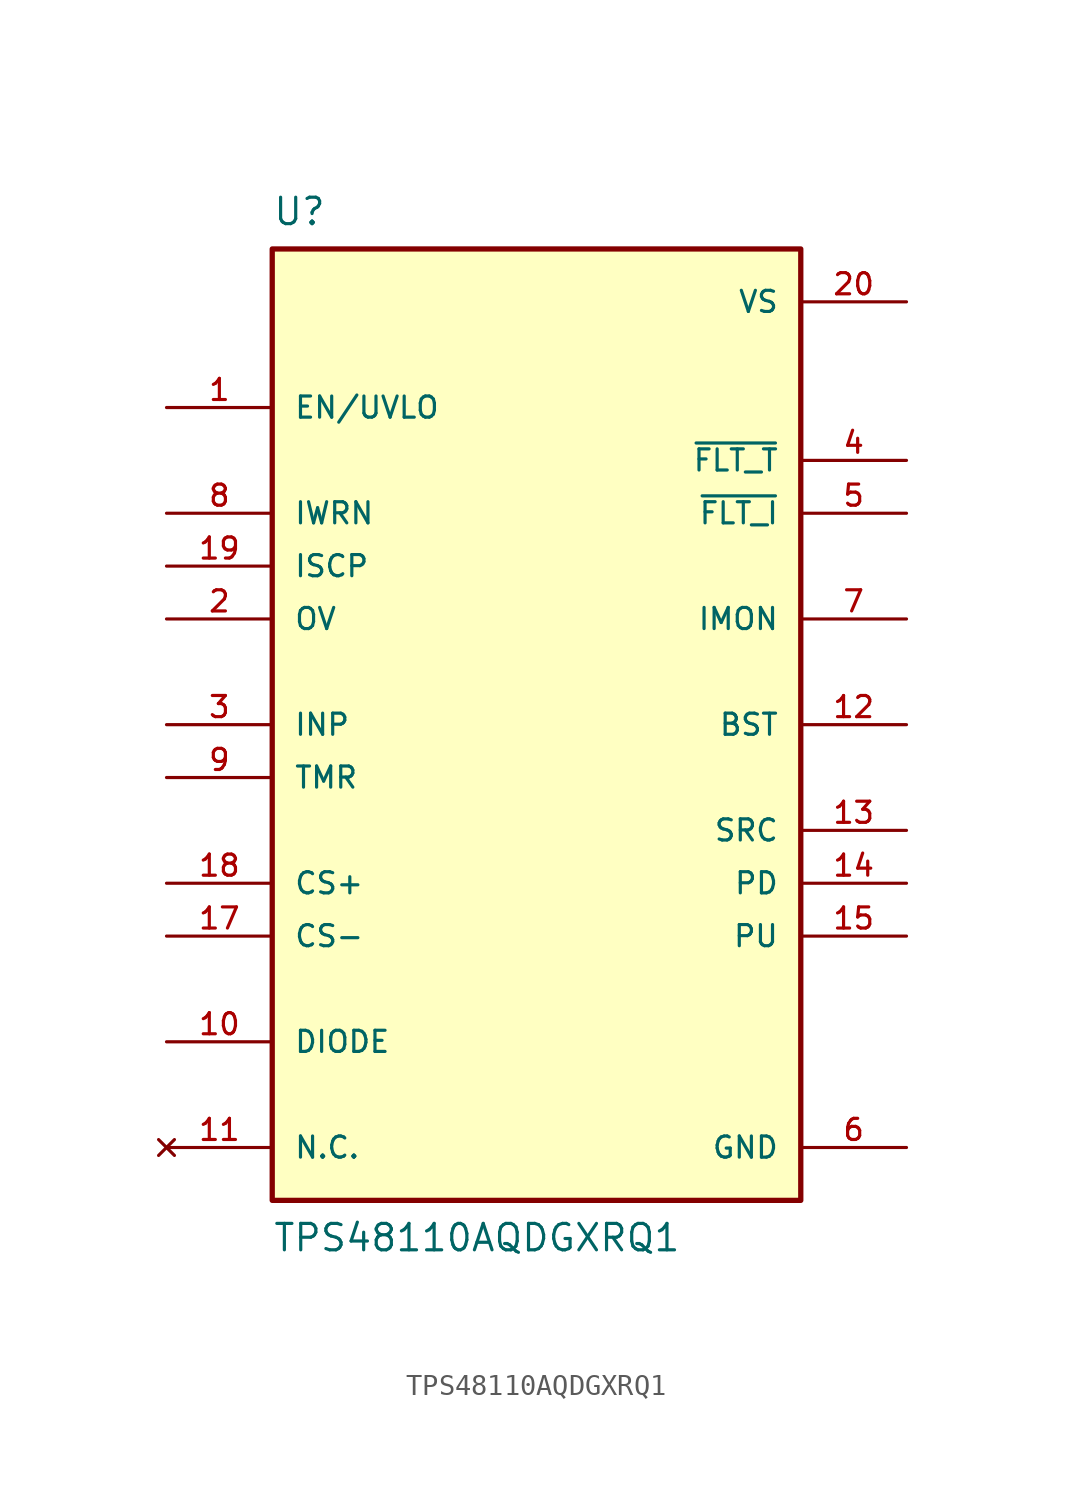
<source format=kicad_sym>
(kicad_symbol_lib
  (version 20211014)
  (generator kicad_symbol_editor)
  (symbol "TPS48110AQDGXRQ1"
    (pin_names
      (offset 1.016))
    (property "Reference" "U"
      (at -12.7 25.4 0)
      (effects (font (size 1.27 1.27)) (justify top left)))
    (property "Value" "TPS48110AQDGXRQ1"
      (at -12.7 -25.4 0)
      (effects (font (size 1.27 1.27)) (justify bottom left)))
    (symbol "TPS48110AQDGXRQ1_0_0"
      (rectangle (start -12.7 -22.86) (end 12.7 22.86) (stroke (width 0.254)) (fill (type background)))
      (pin input line (at -17.78 15.24 0) (length 5.08) (name "EN/UVLO" (effects (font (size 1.016 1.016)))) (number "1" (effects (font (size 1.016 1.016)))))
      (pin input line (at -17.78 5.08 0) (length 5.08) (name "OV" (effects (font (size 1.016 1.016)))) (number "2" (effects (font (size 1.016 1.016)))))
      (pin input line (at -17.78 0.0 0) (length 5.08) (name "INP" (effects (font (size 1.016 1.016)))) (number "3" (effects (font (size 1.016 1.016)))))
      (pin output line (at 17.78 12.7 180.0) (length 5.08) (name "~{FLT_T}" (effects (font (size 1.016 1.016)))) (number "4" (effects (font (size 1.016 1.016)))))
      (pin output line (at 17.78 10.16 180.0) (length 5.08) (name "~{FLT_I}" (effects (font (size 1.016 1.016)))) (number "5" (effects (font (size 1.016 1.016)))))
      (pin power_in line (at 17.78 -20.32 180.0) (length 5.08) (name "GND" (effects (font (size 1.016 1.016)))) (number "6" (effects (font (size 1.016 1.016)))))
      (pin output line (at 17.78 5.08 180.0) (length 5.08) (name "IMON" (effects (font (size 1.016 1.016)))) (number "7" (effects (font (size 1.016 1.016)))))
      (pin input line (at -17.78 10.16 0) (length 5.08) (name "IWRN" (effects (font (size 1.016 1.016)))) (number "8" (effects (font (size 1.016 1.016)))))
      (pin input line (at -17.78 -2.54 0) (length 5.08) (name "TMR" (effects (font (size 1.016 1.016)))) (number "9" (effects (font (size 1.016 1.016)))))
      (pin input line (at -17.78 -15.24 0) (length 5.08) (name "DIODE" (effects (font (size 1.016 1.016)))) (number "10" (effects (font (size 1.016 1.016)))))
      (pin no_connect line (at -17.78 -20.32 0) (length 5.08) (name "N.C." (effects (font (size 1.016 1.016)))) (number "11" (effects (font (size 1.016 1.016)))))
      (pin output line (at 17.78 0.0 180.0) (length 5.08) (name "BST" (effects (font (size 1.016 1.016)))) (number "12" (effects (font (size 1.016 1.016)))))
      (pin output line (at 17.78 -5.08 180.0) (length 5.08) (name "SRC" (effects (font (size 1.016 1.016)))) (number "13" (effects (font (size 1.016 1.016)))))
      (pin output line (at 17.78 -7.62 180.0) (length 5.08) (name "PD" (effects (font (size 1.016 1.016)))) (number "14" (effects (font (size 1.016 1.016)))))
      (pin output line (at 17.78 -10.16 180.0) (length 5.08) (name "PU" (effects (font (size 1.016 1.016)))) (number "15" (effects (font (size 1.016 1.016)))))
      (pin input line (at -17.78 -10.16 0) (length 5.08) (name "CS-" (effects (font (size 1.016 1.016)))) (number "17" (effects (font (size 1.016 1.016)))))
      (pin input line (at -17.78 -7.62 0) (length 5.08) (name "CS+" (effects (font (size 1.016 1.016)))) (number "18" (effects (font (size 1.016 1.016)))))
      (pin input line (at -17.78 7.62 0) (length 5.08) (name "ISCP" (effects (font (size 1.016 1.016)))) (number "19" (effects (font (size 1.016 1.016)))))
      (pin power_in line (at 17.78 20.32 180.0) (length 5.08) (name "VS" (effects (font (size 1.016 1.016)))) (number "20" (effects (font (size 1.016 1.016))))))))
</source>
